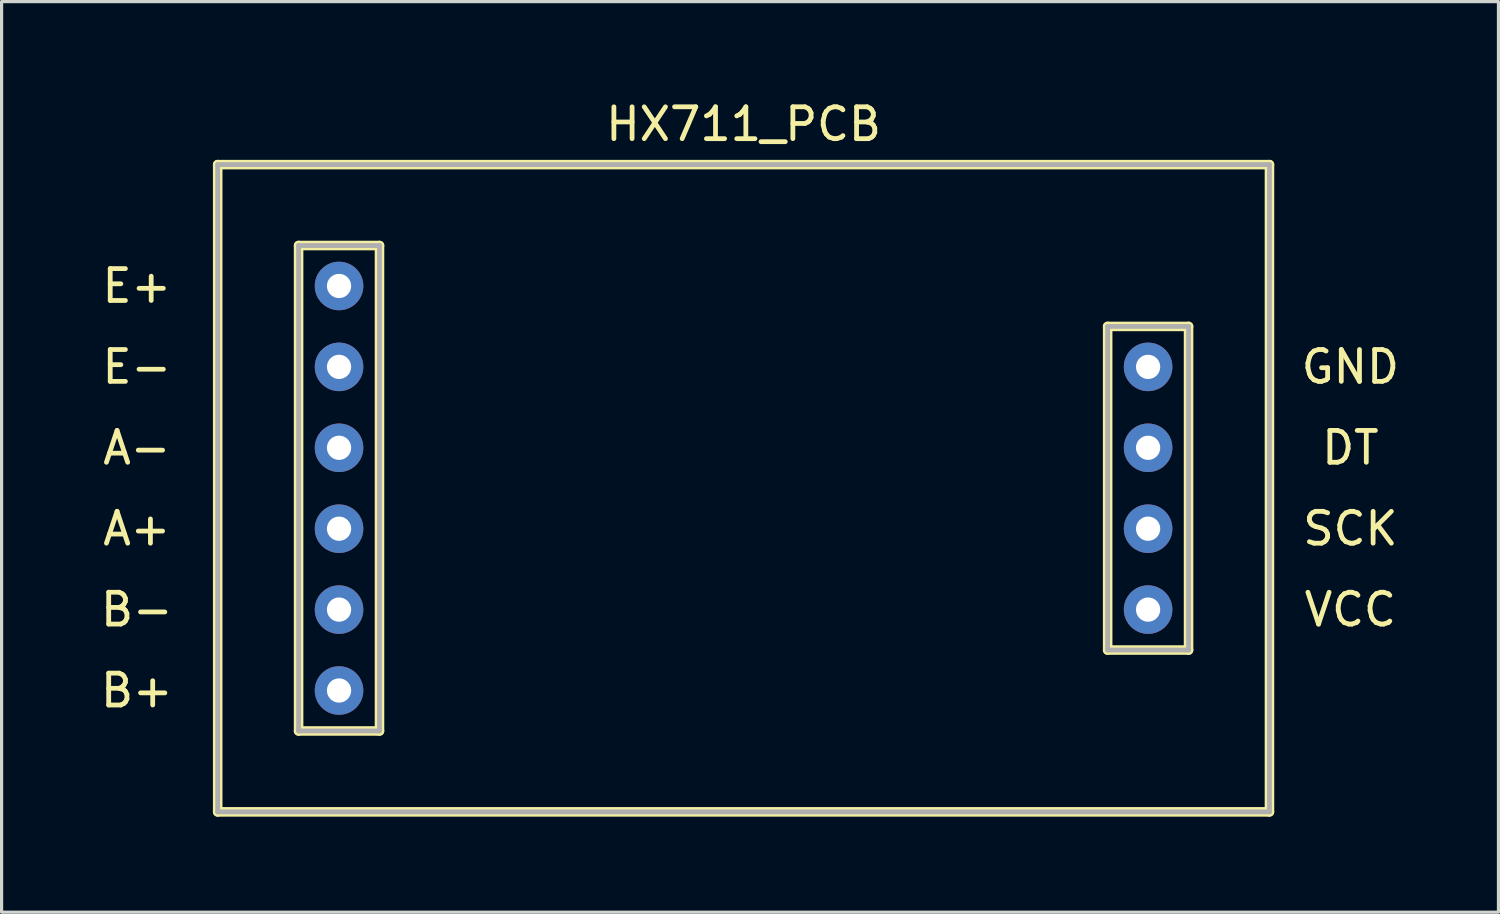
<source format=kicad_pcb>
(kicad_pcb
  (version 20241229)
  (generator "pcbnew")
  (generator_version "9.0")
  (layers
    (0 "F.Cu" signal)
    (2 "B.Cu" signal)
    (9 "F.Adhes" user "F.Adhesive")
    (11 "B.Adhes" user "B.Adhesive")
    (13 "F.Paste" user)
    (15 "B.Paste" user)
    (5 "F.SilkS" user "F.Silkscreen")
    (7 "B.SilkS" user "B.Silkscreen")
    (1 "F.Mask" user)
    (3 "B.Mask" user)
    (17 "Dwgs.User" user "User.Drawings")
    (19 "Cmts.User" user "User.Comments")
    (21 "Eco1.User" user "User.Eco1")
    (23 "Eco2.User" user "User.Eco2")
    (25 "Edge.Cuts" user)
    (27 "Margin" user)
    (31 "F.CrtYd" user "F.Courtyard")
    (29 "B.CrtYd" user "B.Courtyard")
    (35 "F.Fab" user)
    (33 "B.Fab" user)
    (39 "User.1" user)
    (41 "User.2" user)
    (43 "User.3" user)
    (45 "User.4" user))
  (footprint "HX711_PCB"
    (layer "F.Cu")
    (at 20.294 12.278)
    (property "Reference" "HX711_PCB" (at 0 -11.43 0) (layer "F.SilkS") (effects (font (size 1 1) (thickness 0.15))))
    (attr through_hole)
    (fp_line (start -16.51 -10.16) (end -16.51 10.16) (stroke (width 0.3) (type solid)) (layer "F.SilkS"))
    (fp_line (start -16.51 -10.16) (end 16.51 -10.16) (stroke (width 0.3) (type solid)) (layer "F.SilkS"))
    (fp_line (start -16.51 10.16) (end 16.51 10.16) (stroke (width 0.3) (type solid)) (layer "F.SilkS"))
    (fp_line (start -13.97 -7.62) (end -13.97 7.62) (stroke (width 0.3) (type solid)) (layer "F.SilkS"))
    (fp_line (start -13.97 -7.62) (end -11.43 -7.62) (stroke (width 0.3) (type solid)) (layer "F.SilkS"))
    (fp_line (start -13.97 7.62) (end -11.43 7.62) (stroke (width 0.3) (type solid)) (layer "F.SilkS"))
    (fp_line (start -11.43 -7.62) (end -11.43 7.62) (stroke (width 0.3) (type solid)) (layer "F.SilkS"))
    (fp_line (start 11.43 -5.08) (end 11.43 5.08) (stroke (width 0.3) (type solid)) (layer "F.SilkS"))
    (fp_line (start 11.43 -5.08) (end 13.97 -5.08) (stroke (width 0.3) (type solid)) (layer "F.SilkS"))
    (fp_line (start 11.43 5.08) (end 13.97 5.08) (stroke (width 0.3) (type solid)) (layer "F.SilkS"))
    (fp_line (start 13.97 -5.08) (end 13.97 5.08) (stroke (width 0.3) (type solid)) (layer "F.SilkS"))
    (fp_line (start 16.51 -10.16) (end 16.51 10.16) (stroke (width 0.3) (type solid)) (layer "F.SilkS"))
    (fp_line (start -16.51 -10.16) (end 16.51 -10.16) (stroke (width 0.15) (type solid)) (layer "F.Fab"))
    (fp_line (start -16.51 10.16) (end -16.51 -10.16) (stroke (width 0.15) (type solid)) (layer "F.Fab"))
    (fp_line (start -13.97 -7.62) (end -11.43 -7.62) (stroke (width 0.15) (type solid)) (layer "F.Fab"))
    (fp_line (start -13.97 7.62) (end -13.97 -7.62) (stroke (width 0.15) (type solid)) (layer "F.Fab"))
    (fp_line (start -11.43 -7.62) (end -11.43 7.62) (stroke (width 0.15) (type solid)) (layer "F.Fab"))
    (fp_line (start -11.43 7.62) (end -13.97 7.62) (stroke (width 0.15) (type solid)) (layer "F.Fab"))
    (fp_line (start 11.43 -5.08) (end 13.97 -5.08) (stroke (width 0.15) (type solid)) (layer "F.Fab"))
    (fp_line (start 11.43 5.08) (end 11.43 -5.08) (stroke (width 0.15) (type solid)) (layer "F.Fab"))
    (fp_line (start 13.97 -5.08) (end 13.97 5.08) (stroke (width 0.15) (type solid)) (layer "F.Fab"))
    (fp_line (start 13.97 5.08) (end 11.43 5.08) (stroke (width 0.15) (type solid)) (layer "F.Fab"))
    (fp_line (start 16.51 -10.16) (end 16.51 10.16) (stroke (width 0.15) (type solid)) (layer "F.Fab"))
    (fp_line (start 16.51 10.16) (end -16.51 10.16) (stroke (width 0.15) (type solid)) (layer "F.Fab"))
    (fp_text user "B-" (at -19.05 3.81 0) (layer "F.SilkS") (effects (font (size 1 1) (thickness 0.15))))
    (fp_text user "DT" (at 19.05 -1.27 0) (layer "F.SilkS") (effects (font (size 1 1) (thickness 0.15))))
    (fp_text user "VCC" (at 19.05 3.81 0) (layer "F.SilkS") (effects (font (size 1 1) (thickness 0.15))))
    (fp_text user "A+" (at -19.05 1.27 0) (layer "F.SilkS") (effects (font (size 1 1) (thickness 0.15))))
    (fp_text user "SCK" (at 19.05 1.27 0) (layer "F.SilkS") (effects (font (size 1 1) (thickness 0.15))))
    (fp_text user "E-" (at -19.05 -3.81 0) (layer "F.SilkS") (effects (font (size 1 1) (thickness 0.15))))
    (fp_text user "E+" (at -19.05 -6.35 0) (layer "F.SilkS") (effects (font (size 1 1) (thickness 0.15))))
    (fp_text user "A-" (at -19.05 -1.27 0) (layer "F.SilkS") (effects (font (size 1 1) (thickness 0.15))))
    (fp_text user "GND" (at 19.05 -3.81 0) (layer "F.SilkS") (effects (font (size 1 1) (thickness 0.15))))
    (fp_text user "B+" (at -19.05 6.35 0) (layer "F.SilkS") (effects (font (size 1 1) (thickness 0.15))))
    (pad "1" thru_hole circle (at -12.7 -6.35) (size 1.524 1.524) (drill 0.762) (layers "*.Cu" "*.Mask"))
    (pad "2" thru_hole circle (at -12.7 -3.81) (size 1.524 1.524) (drill 0.762) (layers "*.Cu" "*.Mask"))
    (pad "3" thru_hole circle (at -12.7 -1.27) (size 1.524 1.524) (drill 0.762) (layers "*.Cu" "*.Mask"))
    (pad "4" thru_hole circle (at -12.7 1.27) (size 1.524 1.524) (drill 0.762) (layers "*.Cu" "*.Mask"))
    (pad "5" thru_hole circle (at -12.7 3.81) (size 1.524 1.524) (drill 0.762) (layers "*.Cu" "*.Mask"))
    (pad "6" thru_hole circle (at -12.7 6.35) (size 1.524 1.524) (drill 0.762) (layers "*.Cu" "*.Mask"))
    (pad "7" thru_hole circle (at 12.7 -3.81) (size 1.524 1.524) (drill 0.762) (layers "*.Cu" "*.Mask"))
    (pad "8" thru_hole circle (at 12.7 -1.27) (size 1.524 1.524) (drill 0.762) (layers "*.Cu" "*.Mask"))
    (pad "9" thru_hole circle (at 12.7 1.27) (size 1.524 1.524) (drill 0.762) (layers "*.Cu" "*.Mask"))
    (pad "10" thru_hole circle (at 12.7 3.81) (size 1.524 1.524) (drill 0.762) (layers "*.Cu" "*.Mask")))
  (gr_rect
    (start -3 -3)
    (end 43.993 25.588)
    (stroke (width 0.1) (type default))
    (fill no)
    (layer "Edge.Cuts")))
</source>
